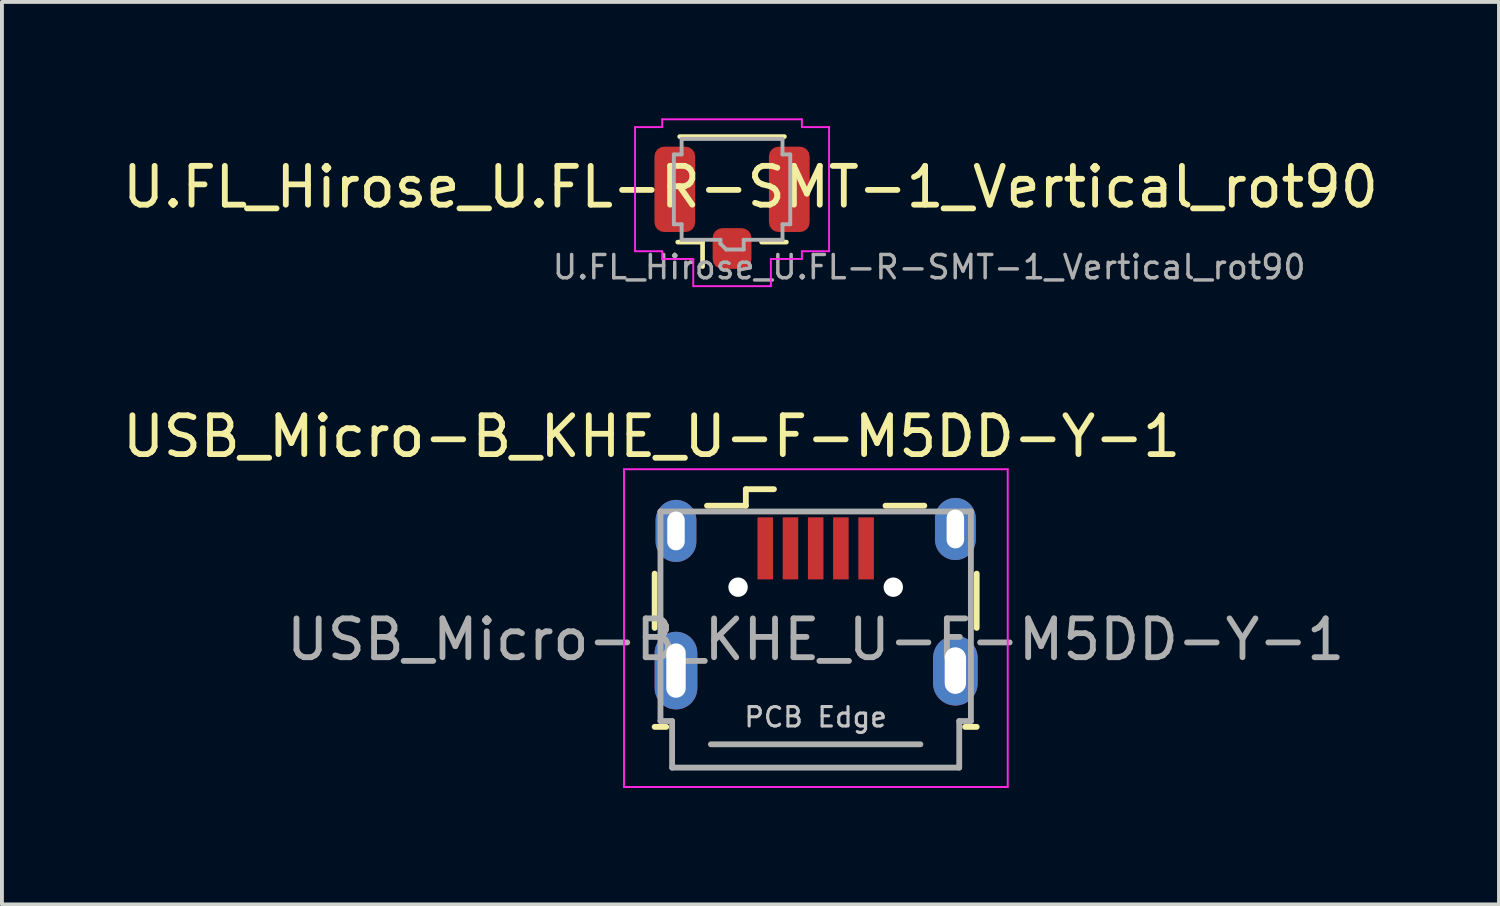
<source format=kicad_pcb>
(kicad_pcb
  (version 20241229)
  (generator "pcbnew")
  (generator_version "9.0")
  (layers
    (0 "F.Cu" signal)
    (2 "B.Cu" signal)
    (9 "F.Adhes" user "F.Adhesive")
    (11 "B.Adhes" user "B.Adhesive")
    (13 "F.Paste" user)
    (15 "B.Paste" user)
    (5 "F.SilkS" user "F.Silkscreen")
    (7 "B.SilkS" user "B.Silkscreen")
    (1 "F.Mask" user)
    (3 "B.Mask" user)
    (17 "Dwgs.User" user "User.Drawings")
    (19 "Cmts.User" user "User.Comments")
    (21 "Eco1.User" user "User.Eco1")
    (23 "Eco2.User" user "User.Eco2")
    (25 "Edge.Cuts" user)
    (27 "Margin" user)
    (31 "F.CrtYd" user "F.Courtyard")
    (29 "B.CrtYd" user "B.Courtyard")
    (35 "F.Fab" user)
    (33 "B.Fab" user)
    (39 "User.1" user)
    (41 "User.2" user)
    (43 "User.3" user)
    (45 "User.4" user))
  (footprint "USB_Micro-B_KHE_U-F-M5DD-Y-1"
    (layer "F.Cu")
    (at 17.972 14.233)
    (property "Reference" "USB_Micro-B_KHE_U-F-M5DD-Y-1" (at -4.228 -6.035 0) (layer "F.SilkS") (effects (font (size 1 1) (thickness 0.15))))
    (attr smd)
    (fp_line (start -4.15 -2.5) (end -4.15 -1.1) (stroke (width 0.15) (type solid)) (layer "F.SilkS"))
    (fp_line (start -4.15 1.45) (end -3.85 1.45) (stroke (width 0.15) (type solid)) (layer "F.SilkS"))
    (fp_line (start -1.8 -4.675) (end -1.8 -4.25) (stroke (width 0.15) (type solid)) (layer "F.SilkS"))
    (fp_line (start -1.8 -4.25) (end -2.8 -4.25) (stroke (width 0.15) (type solid)) (layer "F.SilkS"))
    (fp_line (start -1.075 -4.675) (end -1.8 -4.675) (stroke (width 0.15) (type solid)) (layer "F.SilkS"))
    (fp_line (start 1.8 -4.25) (end 2.8 -4.25) (stroke (width 0.15) (type solid)) (layer "F.SilkS"))
    (fp_line (start 3.85 1.45) (end 4.15 1.45) (stroke (width 0.15) (type solid)) (layer "F.SilkS"))
    (fp_line (start 4.15 -1.1) (end 4.15 -2.5) (stroke (width 0.15) (type solid)) (layer "F.SilkS"))
    (fp_line (start -4.94 -5.19) (end -4.94 3) (stroke (width 0.05) (type solid)) (layer "F.CrtYd"))
    (fp_line (start -4.94 3) (end 4.95 3) (stroke (width 0.05) (type solid)) (layer "F.CrtYd"))
    (fp_line (start 4.95 -5.19) (end -4.94 -5.19) (stroke (width 0.05) (type solid)) (layer "F.CrtYd"))
    (fp_line (start 4.95 3) (end 4.95 -5.19) (stroke (width 0.05) (type solid)) (layer "F.CrtYd"))
    (fp_line (start -4 -4.1) (end -4 1.3) (stroke (width 0.15) (type solid)) (layer "F.Fab"))
    (fp_line (start -4 1.3) (end -3.7 1.3) (stroke (width 0.15) (type solid)) (layer "F.Fab"))
    (fp_line (start -3.7 1.3) (end -3.7 2.5) (stroke (width 0.15) (type solid)) (layer "F.Fab"))
    (fp_line (start -3.7 2.5) (end 3.7 2.5) (stroke (width 0.15) (type solid)) (layer "F.Fab"))
    (fp_line (start -2.7 1.9) (end 2.7 1.9) (stroke (width 0.15) (type solid)) (layer "F.Fab"))
    (fp_line (start 3.7 1.3) (end 4 1.3) (stroke (width 0.15) (type solid)) (layer "F.Fab"))
    (fp_line (start 3.7 2.5) (end 3.7 1.3) (stroke (width 0.15) (type solid)) (layer "F.Fab"))
    (fp_line (start 4 -4.1) (end -4 -4.1) (stroke (width 0.15) (type solid)) (layer "F.Fab"))
    (fp_line (start 4 1.3) (end 4 -4.1) (stroke (width 0.15) (type solid)) (layer "F.Fab"))
    (fp_text user "PCB Edge" (at 0 1.2 0) (layer "Dwgs.User") (effects (font (size 0.5 0.5) (thickness 0.08))))
    (fp_text user "${REFERENCE}" (at 0 -0.8 0) (layer "F.Fab") (effects (font (size 1 1) (thickness 0.15))))
    (pad "" np_thru_hole oval (at -2 -2.15) (size 0.5 0.5) (drill 0.5) (layers "*.Cu" "*.Mask"))
    (pad "" np_thru_hole oval (at 2 -2.15) (size 0.5 0.5) (drill 0.5) (layers "*.Cu" "*.Mask"))
    (pad "1" smd rect (at -1.3 -3.15) (size 0.4 1.6) (layers "F.Cu" "F.Mask" "F.Paste"))
    (pad "2" smd rect (at -0.65 -3.15) (size 0.4 1.6) (layers "F.Cu" "F.Mask" "F.Paste"))
    (pad "3" smd rect (at 0 -3.15) (size 0.4 1.6) (layers "F.Cu" "F.Mask" "F.Paste"))
    (pad "4" smd rect (at 0.65 -3.15) (size 0.4 1.6) (layers "F.Cu" "F.Mask" "F.Paste"))
    (pad "5" smd rect (at 1.3 -3.15) (size 0.4 1.6) (layers "F.Cu" "F.Mask" "F.Paste"))
    (pad "6" thru_hole oval (at -3.6 -3.6) (size 1.05 1.6) (drill oval 0.45 1) (layers "*.Cu" "*.Mask"))
    (pad "6" thru_hole oval (at -3.6 0) (size 1.1 2) (drill oval 0.5 1.4) (layers "*.Cu" "*.Mask"))
    (pad "6" thru_hole oval (at 3.6 -3.65) (size 1.05 1.6) (drill oval 0.45 1) (layers "*.Cu" "*.Mask"))
    (pad "6" thru_hole oval (at 3.6 0) (size 1.15 1.8) (drill oval 0.55 1.2) (layers "*.Cu" "*.Mask")))
  (footprint "U.FL_Hirose_U.FL-R-SMT-1_Vertical_rot90"
    (layer "F.Cu")
    (at 15.817 2.565)
    (property "Reference" "U.FL_Hirose_U.FL-R-SMT-1_Vertical_rot90" (at 0.475 -0.795 0) (layer "F.SilkS") (effects (font (size 1 1) (thickness 0.15))))
    (attr smd)
    (fp_line (start -1.4 0.625) (end -0.76 0.625) (stroke (width 0.12) (type solid)) (layer "F.SilkS"))
    (fp_line (start -1.35 -2.095) (end 1.35 -2.095) (stroke (width 0.12) (type solid)) (layer "F.SilkS"))
    (fp_line (start -0.76 0.625) (end -0.76 1.255) (stroke (width 0.12) (type solid)) (layer "F.SilkS"))
    (fp_line (start 1.4 0.625) (end 0.76 0.625) (stroke (width 0.12) (type solid)) (layer "F.SilkS"))
    (fp_line (start -2.5 -2.34) (end -2.5 0.86) (stroke (width 0.05) (type solid)) (layer "F.CrtYd"))
    (fp_line (start -1.8 -2.34) (end -2.5 -2.34) (stroke (width 0.05) (type solid)) (layer "F.CrtYd"))
    (fp_line (start -1.8 -2.34) (end -1.8 -2.54) (stroke (width 0.05) (type solid)) (layer "F.CrtYd"))
    (fp_line (start -1.8 0.86) (end -2.5 0.86) (stroke (width 0.05) (type solid)) (layer "F.CrtYd"))
    (fp_line (start -1.8 1.06) (end -1.8 0.86) (stroke (width 0.05) (type solid)) (layer "F.CrtYd"))
    (fp_line (start -1 1.06) (end -1.8 1.06) (stroke (width 0.05) (type solid)) (layer "F.CrtYd"))
    (fp_line (start -1 1.06) (end -1 1.76) (stroke (width 0.05) (type solid)) (layer "F.CrtYd"))
    (fp_line (start 1 1.06) (end 1 1.76) (stroke (width 0.05) (type solid)) (layer "F.CrtYd"))
    (fp_line (start 1 1.76) (end -1 1.76) (stroke (width 0.05) (type solid)) (layer "F.CrtYd"))
    (fp_line (start 1.8 -2.54) (end -1.8 -2.54) (stroke (width 0.05) (type solid)) (layer "F.CrtYd"))
    (fp_line (start 1.8 -2.34) (end 1.8 -2.54) (stroke (width 0.05) (type solid)) (layer "F.CrtYd"))
    (fp_line (start 1.8 1.06) (end 1 1.06) (stroke (width 0.05) (type solid)) (layer "F.CrtYd"))
    (fp_line (start 1.8 1.06) (end 1.8 0.86) (stroke (width 0.05) (type solid)) (layer "F.CrtYd"))
    (fp_line (start 2.5 -2.34) (end 1.8 -2.34) (stroke (width 0.05) (type solid)) (layer "F.CrtYd"))
    (fp_line (start 2.5 -2.34) (end 2.5 0.86) (stroke (width 0.05) (type solid)) (layer "F.CrtYd"))
    (fp_line (start 2.5 0.86) (end 1.8 0.86) (stroke (width 0.05) (type solid)) (layer "F.CrtYd"))
    (fp_line (start -1.5 -1.635) (end -1.3 -1.635) (stroke (width 0.1) (type solid)) (layer "F.Fab"))
    (fp_line (start -1.5 0.165) (end -1.5 -1.635) (stroke (width 0.1) (type solid)) (layer "F.Fab"))
    (fp_line (start -1.5 0.165) (end -1.3 0.165) (stroke (width 0.1) (type solid)) (layer "F.Fab"))
    (fp_line (start -1.3 -2.035) (end -1.3 -1.635) (stroke (width 0.1) (type solid)) (layer "F.Fab"))
    (fp_line (start -1.3 -2.035) (end 1.3 -2.035) (stroke (width 0.1) (type solid)) (layer "F.Fab"))
    (fp_line (start -1.3 0.165) (end -1.3 0.565) (stroke (width 0.1) (type solid)) (layer "F.Fab"))
    (fp_line (start -0.3 0.565) (end -1.3 0.565) (stroke (width 0.1) (type solid)) (layer "F.Fab"))
    (fp_line (start -0.3 0.665) (end -0.3 0.565) (stroke (width 0.1) (type solid)) (layer "F.Fab"))
    (fp_line (start -0.3 0.665) (end -0.15 0.815) (stroke (width 0.1) (type solid)) (layer "F.Fab"))
    (fp_line (start 0.3 0.565) (end 1.3 0.565) (stroke (width 0.1) (type solid)) (layer "F.Fab"))
    (fp_line (start 0.3 0.815) (end -0.15 0.815) (stroke (width 0.1) (type solid)) (layer "F.Fab"))
    (fp_line (start 0.3 0.815) (end 0.3 0.565) (stroke (width 0.1) (type solid)) (layer "F.Fab"))
    (fp_line (start 1.3 -2.035) (end 1.3 -1.635) (stroke (width 0.1) (type solid)) (layer "F.Fab"))
    (fp_line (start 1.3 0.165) (end 1.3 0.565) (stroke (width 0.1) (type solid)) (layer "F.Fab"))
    (fp_line (start 1.5 -1.635) (end 1.3 -1.635) (stroke (width 0.1) (type solid)) (layer "F.Fab"))
    (fp_line (start 1.5 0.165) (end 1.3 0.165) (stroke (width 0.1) (type solid)) (layer "F.Fab"))
    (fp_line (start 1.5 0.165) (end 1.5 -1.635) (stroke (width 0.1) (type solid)) (layer "F.Fab"))
    (fp_text user "${REFERENCE}" (at 5.08 1.27 180) (layer "F.Fab") (effects (font (size 0.6 0.6) (thickness 0.09))))
    (pad "1" smd roundrect (at 0 0.79 90) (size 1.05 1) (layers "F.Cu" "F.Mask" "F.Paste") (roundrect_rratio 0.25))
    (pad "2" smd roundrect (at -1.475 -0.735 90) (size 2.2 1.05) (layers "F.Cu" "F.Mask" "F.Paste") (roundrect_rratio 0.238))
    (pad "2" smd roundrect (at 1.475 -0.735 90) (size 2.2 1.05) (layers "F.Cu" "F.Mask" "F.Paste") (roundrect_rratio 0.238)))
  (gr_rect
    (start -3 -3)
    (end 35.583 20.258)
    (stroke (width 0.1) (type default))
    (fill no)
    (layer "Edge.Cuts")))
</source>
